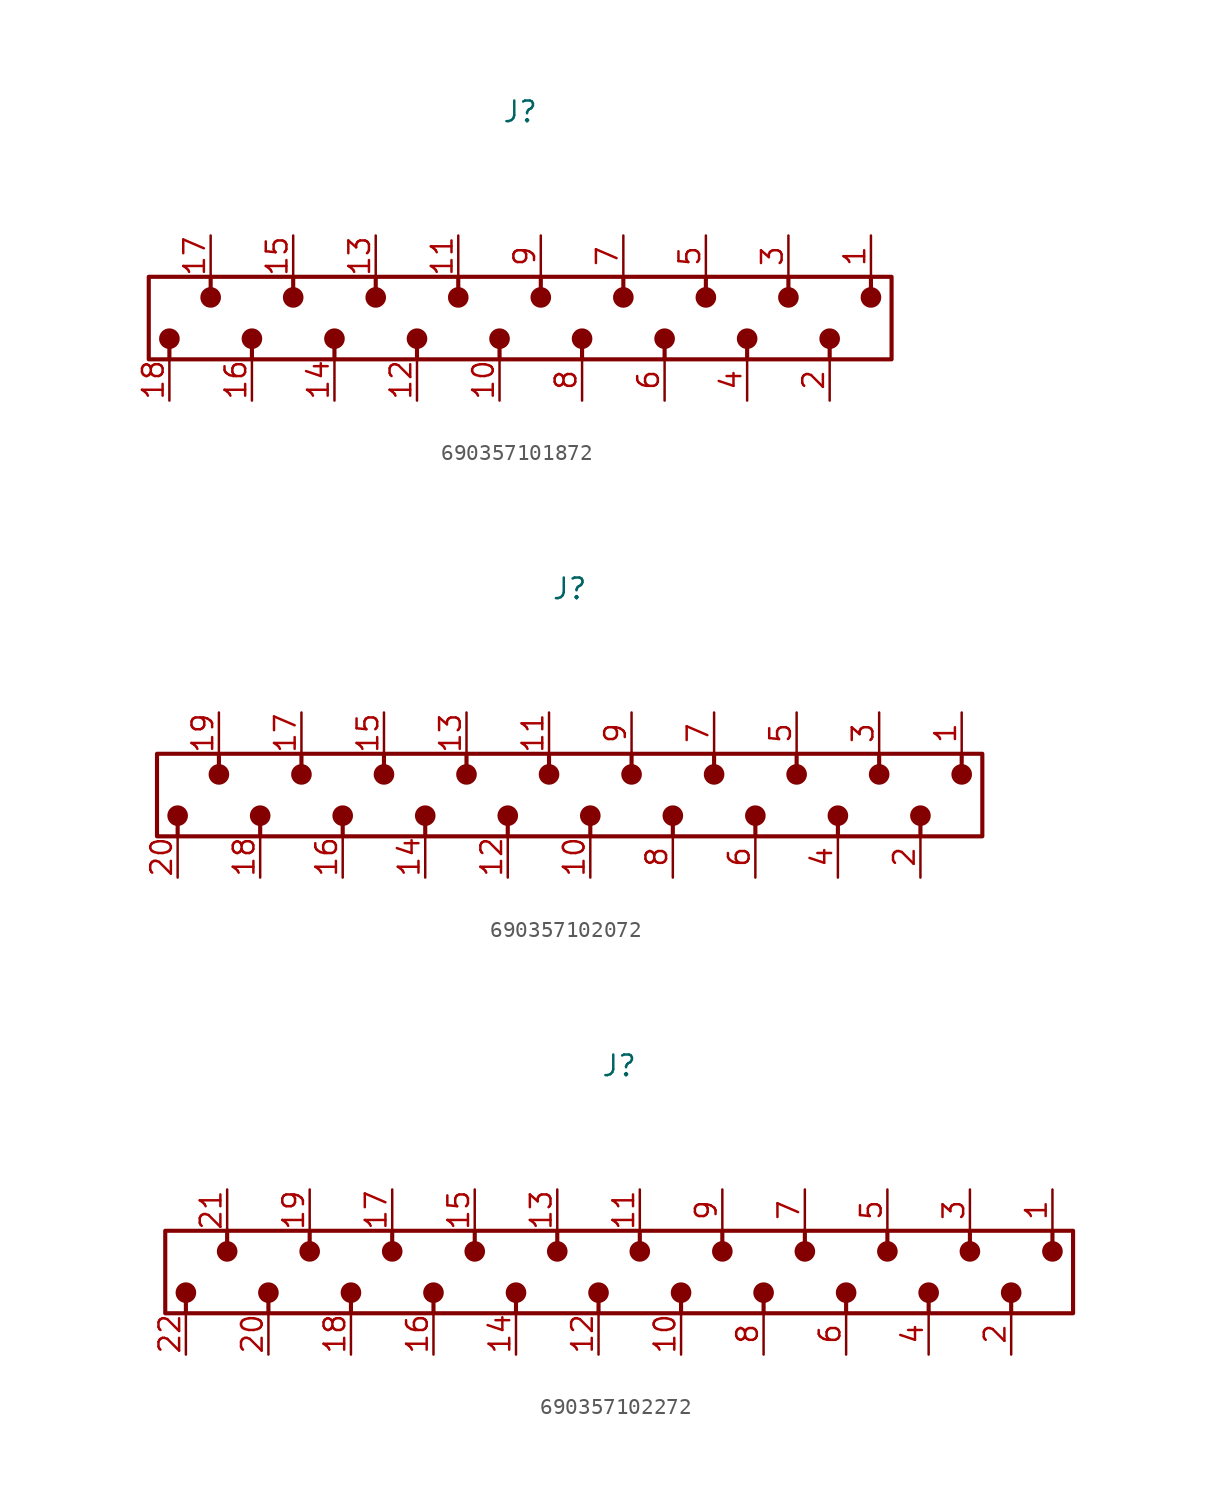
<source format=kicad_sym>
(kicad_symbol_lib
  (version 20241209)
  (generator "kicad_symbol_editor")
  (generator_version "9.0")
  (symbol "690357101872"
    (pin_names
      (hide yes))
    (property "Reference" "J"
      (at 0 12.7 0)
      (effects (font (size 1.27 1.27))))
    (symbol "690357101872_1_1"
      (rectangle (start -22.86 2.54) (end 22.86 -2.54) (stroke (width 0.254) (type solid)) (fill (type none)))
      (circle (center -21.59 -1.27) (radius 0.508) (stroke (width 0.254) (type solid)) (fill (type outline)))
      (polyline (pts (xy -21.59 -1.778) (xy -21.59 -2.54)) (stroke (width 0.254) (type solid)) (fill (type none)))
      (polyline (pts (xy -19.05 1.778) (xy -19.05 2.54)) (stroke (width 0.254) (type solid)) (fill (type none)))
      (circle (center -19.05 1.27) (radius 0.508) (stroke (width 0.254) (type solid)) (fill (type outline)))
      (circle (center -16.51 -1.27) (radius 0.508) (stroke (width 0.254) (type solid)) (fill (type outline)))
      (polyline (pts (xy -16.51 -1.778) (xy -16.51 -2.54)) (stroke (width 0.254) (type solid)) (fill (type none)))
      (polyline (pts (xy -13.97 1.778) (xy -13.97 2.54)) (stroke (width 0.254) (type solid)) (fill (type none)))
      (circle (center -13.97 1.27) (radius 0.508) (stroke (width 0.254) (type solid)) (fill (type outline)))
      (circle (center -11.43 -1.27) (radius 0.508) (stroke (width 0.254) (type solid)) (fill (type outline)))
      (polyline (pts (xy -11.43 -1.778) (xy -11.43 -2.54)) (stroke (width 0.254) (type solid)) (fill (type none)))
      (polyline (pts (xy -8.89 1.778) (xy -8.89 2.54)) (stroke (width 0.254) (type solid)) (fill (type none)))
      (circle (center -8.89 1.27) (radius 0.508) (stroke (width 0.254) (type solid)) (fill (type outline)))
      (circle (center -6.35 -1.27) (radius 0.508) (stroke (width 0.254) (type solid)) (fill (type outline)))
      (polyline (pts (xy -6.35 -1.778) (xy -6.35 -2.54)) (stroke (width 0.254) (type solid)) (fill (type none)))
      (polyline (pts (xy -3.81 1.778) (xy -3.81 2.54)) (stroke (width 0.254) (type solid)) (fill (type none)))
      (circle (center -3.81 1.27) (radius 0.508) (stroke (width 0.254) (type solid)) (fill (type outline)))
      (circle (center -1.27 -1.27) (radius 0.508) (stroke (width 0.254) (type solid)) (fill (type outline)))
      (polyline (pts (xy -1.27 -1.778) (xy -1.27 -2.54)) (stroke (width 0.254) (type solid)) (fill (type none)))
      (polyline (pts (xy 1.27 1.778) (xy 1.27 2.54)) (stroke (width 0.254) (type solid)) (fill (type none)))
      (circle (center 1.27 1.27) (radius 0.508) (stroke (width 0.254) (type solid)) (fill (type outline)))
      (circle (center 3.81 -1.27) (radius 0.508) (stroke (width 0.254) (type solid)) (fill (type outline)))
      (polyline (pts (xy 3.81 -1.778) (xy 3.81 -2.54)) (stroke (width 0.254) (type solid)) (fill (type none)))
      (polyline (pts (xy 6.35 1.778) (xy 6.35 2.54)) (stroke (width 0.254) (type solid)) (fill (type none)))
      (circle (center 6.35 1.27) (radius 0.508) (stroke (width 0.254) (type solid)) (fill (type outline)))
      (circle (center 8.89 -1.27) (radius 0.508) (stroke (width 0.254) (type solid)) (fill (type outline)))
      (polyline (pts (xy 8.89 -1.778) (xy 8.89 -2.54)) (stroke (width 0.254) (type solid)) (fill (type none)))
      (polyline (pts (xy 11.43 1.778) (xy 11.43 2.54)) (stroke (width 0.254) (type solid)) (fill (type none)))
      (circle (center 11.43 1.27) (radius 0.508) (stroke (width 0.254) (type solid)) (fill (type outline)))
      (circle (center 13.97 -1.27) (radius 0.508) (stroke (width 0.254) (type solid)) (fill (type outline)))
      (polyline (pts (xy 13.97 -1.778) (xy 13.97 -2.54)) (stroke (width 0.254) (type solid)) (fill (type none)))
      (polyline (pts (xy 16.51 1.778) (xy 16.51 2.54)) (stroke (width 0.254) (type solid)) (fill (type none)))
      (circle (center 16.51 1.27) (radius 0.508) (stroke (width 0.254) (type solid)) (fill (type outline)))
      (circle (center 19.05 -1.27) (radius 0.508) (stroke (width 0.254) (type solid)) (fill (type outline)))
      (polyline (pts (xy 19.05 -1.778) (xy 19.05 -2.54)) (stroke (width 0.254) (type solid)) (fill (type none)))
      (polyline (pts (xy 21.59 1.778) (xy 21.59 2.54)) (stroke (width 0.254) (type solid)) (fill (type none)))
      (circle (center 21.59 1.27) (radius 0.508) (stroke (width 0.254) (type solid)) (fill (type outline)))
      (pin passive line (at -21.59 -5.08 90) (length 2.54) (name "18" (effects (font (size 1.27 1.27)))) (number "18" (effects (font (size 1.27 1.27)))))
      (pin passive line (at -19.05 5.08 270) (length 2.54) (name "17" (effects (font (size 1.27 1.27)))) (number "17" (effects (font (size 1.27 1.27)))))
      (pin passive line (at -16.51 -5.08 90) (length 2.54) (name "16" (effects (font (size 1.27 1.27)))) (number "16" (effects (font (size 1.27 1.27)))))
      (pin passive line (at -13.97 5.08 270) (length 2.54) (name "15" (effects (font (size 1.27 1.27)))) (number "15" (effects (font (size 1.27 1.27)))))
      (pin passive line (at -11.43 -5.08 90) (length 2.54) (name "14" (effects (font (size 1.27 1.27)))) (number "14" (effects (font (size 1.27 1.27)))))
      (pin passive line (at -8.89 5.08 270) (length 2.54) (name "13" (effects (font (size 1.27 1.27)))) (number "13" (effects (font (size 1.27 1.27)))))
      (pin passive line (at -6.35 -5.08 90) (length 2.54) (name "12" (effects (font (size 1.27 1.27)))) (number "12" (effects (font (size 1.27 1.27)))))
      (pin passive line (at -3.81 5.08 270) (length 2.54) (name "11" (effects (font (size 1.27 1.27)))) (number "11" (effects (font (size 1.27 1.27)))))
      (pin passive line (at -1.27 -5.08 90) (length 2.54) (name "10" (effects (font (size 1.27 1.27)))) (number "10" (effects (font (size 1.27 1.27)))))
      (pin passive line (at 1.27 5.08 270) (length 2.54) (name "9" (effects (font (size 1.27 1.27)))) (number "9" (effects (font (size 1.27 1.27)))))
      (pin passive line (at 3.81 -5.08 90) (length 2.54) (name "8" (effects (font (size 1.27 1.27)))) (number "8" (effects (font (size 1.27 1.27)))))
      (pin passive line (at 6.35 5.08 270) (length 2.54) (name "7" (effects (font (size 1.27 1.27)))) (number "7" (effects (font (size 1.27 1.27)))))
      (pin passive line (at 8.89 -5.08 90) (length 2.54) (name "6" (effects (font (size 1.27 1.27)))) (number "6" (effects (font (size 1.27 1.27)))))
      (pin passive line (at 11.43 5.08 270) (length 2.54) (name "5" (effects (font (size 1.27 1.27)))) (number "5" (effects (font (size 1.27 1.27)))))
      (pin passive line (at 13.97 -5.08 90) (length 2.54) (name "4" (effects (font (size 1.27 1.27)))) (number "4" (effects (font (size 1.27 1.27)))))
      (pin passive line (at 16.51 5.08 270) (length 2.54) (name "3" (effects (font (size 1.27 1.27)))) (number "3" (effects (font (size 1.27 1.27)))))
      (pin passive line (at 19.05 -5.08 90) (length 2.54) (name "2" (effects (font (size 1.27 1.27)))) (number "2" (effects (font (size 1.27 1.27)))))
      (pin passive line (at 21.59 5.08 270) (length 2.54) (name "1" (effects (font (size 1.27 1.27)))) (number "1" (effects (font (size 1.27 1.27)))))))
  (symbol "690357102072"
    (pin_names
      (hide yes))
    (property "Reference" "J"
      (at 0 12.7 0)
      (effects (font (size 1.27 1.27))))
    (symbol "690357102072_1_1"
      (rectangle (start -25.4 2.54) (end 25.4 -2.54) (stroke (width 0.254) (type solid)) (fill (type none)))
      (circle (center -24.13 -1.27) (radius 0.508) (stroke (width 0.254) (type solid)) (fill (type outline)))
      (polyline (pts (xy -24.13 -1.778) (xy -24.13 -2.54)) (stroke (width 0.254) (type solid)) (fill (type none)))
      (polyline (pts (xy -21.59 1.778) (xy -21.59 2.54)) (stroke (width 0.254) (type solid)) (fill (type none)))
      (circle (center -21.59 1.27) (radius 0.508) (stroke (width 0.254) (type solid)) (fill (type outline)))
      (circle (center -19.05 -1.27) (radius 0.508) (stroke (width 0.254) (type solid)) (fill (type outline)))
      (polyline (pts (xy -19.05 -1.778) (xy -19.05 -2.54)) (stroke (width 0.254) (type solid)) (fill (type none)))
      (polyline (pts (xy -16.51 1.778) (xy -16.51 2.54)) (stroke (width 0.254) (type solid)) (fill (type none)))
      (circle (center -16.51 1.27) (radius 0.508) (stroke (width 0.254) (type solid)) (fill (type outline)))
      (circle (center -13.97 -1.27) (radius 0.508) (stroke (width 0.254) (type solid)) (fill (type outline)))
      (polyline (pts (xy -13.97 -1.778) (xy -13.97 -2.54)) (stroke (width 0.254) (type solid)) (fill (type none)))
      (polyline (pts (xy -11.43 1.778) (xy -11.43 2.54)) (stroke (width 0.254) (type solid)) (fill (type none)))
      (circle (center -11.43 1.27) (radius 0.508) (stroke (width 0.254) (type solid)) (fill (type outline)))
      (circle (center -8.89 -1.27) (radius 0.508) (stroke (width 0.254) (type solid)) (fill (type outline)))
      (polyline (pts (xy -8.89 -1.778) (xy -8.89 -2.54)) (stroke (width 0.254) (type solid)) (fill (type none)))
      (polyline (pts (xy -6.35 1.778) (xy -6.35 2.54)) (stroke (width 0.254) (type solid)) (fill (type none)))
      (circle (center -6.35 1.27) (radius 0.508) (stroke (width 0.254) (type solid)) (fill (type outline)))
      (circle (center -3.81 -1.27) (radius 0.508) (stroke (width 0.254) (type solid)) (fill (type outline)))
      (polyline (pts (xy -3.81 -1.778) (xy -3.81 -2.54)) (stroke (width 0.254) (type solid)) (fill (type none)))
      (polyline (pts (xy -1.27 1.778) (xy -1.27 2.54)) (stroke (width 0.254) (type solid)) (fill (type none)))
      (circle (center -1.27 1.27) (radius 0.508) (stroke (width 0.254) (type solid)) (fill (type outline)))
      (circle (center 1.27 -1.27) (radius 0.508) (stroke (width 0.254) (type solid)) (fill (type outline)))
      (polyline (pts (xy 1.27 -1.778) (xy 1.27 -2.54)) (stroke (width 0.254) (type solid)) (fill (type none)))
      (polyline (pts (xy 3.81 1.778) (xy 3.81 2.54)) (stroke (width 0.254) (type solid)) (fill (type none)))
      (circle (center 3.81 1.27) (radius 0.508) (stroke (width 0.254) (type solid)) (fill (type outline)))
      (circle (center 6.35 -1.27) (radius 0.508) (stroke (width 0.254) (type solid)) (fill (type outline)))
      (polyline (pts (xy 6.35 -1.778) (xy 6.35 -2.54)) (stroke (width 0.254) (type solid)) (fill (type none)))
      (polyline (pts (xy 8.89 1.778) (xy 8.89 2.54)) (stroke (width 0.254) (type solid)) (fill (type none)))
      (circle (center 8.89 1.27) (radius 0.508) (stroke (width 0.254) (type solid)) (fill (type outline)))
      (circle (center 11.43 -1.27) (radius 0.508) (stroke (width 0.254) (type solid)) (fill (type outline)))
      (polyline (pts (xy 11.43 -1.778) (xy 11.43 -2.54)) (stroke (width 0.254) (type solid)) (fill (type none)))
      (polyline (pts (xy 13.97 1.778) (xy 13.97 2.54)) (stroke (width 0.254) (type solid)) (fill (type none)))
      (circle (center 13.97 1.27) (radius 0.508) (stroke (width 0.254) (type solid)) (fill (type outline)))
      (circle (center 16.51 -1.27) (radius 0.508) (stroke (width 0.254) (type solid)) (fill (type outline)))
      (polyline (pts (xy 16.51 -1.778) (xy 16.51 -2.54)) (stroke (width 0.254) (type solid)) (fill (type none)))
      (polyline (pts (xy 19.05 1.778) (xy 19.05 2.54)) (stroke (width 0.254) (type solid)) (fill (type none)))
      (circle (center 19.05 1.27) (radius 0.508) (stroke (width 0.254) (type solid)) (fill (type outline)))
      (circle (center 21.59 -1.27) (radius 0.508) (stroke (width 0.254) (type solid)) (fill (type outline)))
      (polyline (pts (xy 21.59 -1.778) (xy 21.59 -2.54)) (stroke (width 0.254) (type solid)) (fill (type none)))
      (polyline (pts (xy 24.13 1.778) (xy 24.13 2.54)) (stroke (width 0.254) (type solid)) (fill (type none)))
      (circle (center 24.13 1.27) (radius 0.508) (stroke (width 0.254) (type solid)) (fill (type outline)))
      (pin passive line (at -24.13 -5.08 90) (length 2.54) (name "20" (effects (font (size 1.27 1.27)))) (number "20" (effects (font (size 1.27 1.27)))))
      (pin passive line (at -21.59 5.08 270) (length 2.54) (name "19" (effects (font (size 1.27 1.27)))) (number "19" (effects (font (size 1.27 1.27)))))
      (pin passive line (at -19.05 -5.08 90) (length 2.54) (name "18" (effects (font (size 1.27 1.27)))) (number "18" (effects (font (size 1.27 1.27)))))
      (pin passive line (at -16.51 5.08 270) (length 2.54) (name "17" (effects (font (size 1.27 1.27)))) (number "17" (effects (font (size 1.27 1.27)))))
      (pin passive line (at -13.97 -5.08 90) (length 2.54) (name "16" (effects (font (size 1.27 1.27)))) (number "16" (effects (font (size 1.27 1.27)))))
      (pin passive line (at -11.43 5.08 270) (length 2.54) (name "15" (effects (font (size 1.27 1.27)))) (number "15" (effects (font (size 1.27 1.27)))))
      (pin passive line (at -8.89 -5.08 90) (length 2.54) (name "14" (effects (font (size 1.27 1.27)))) (number "14" (effects (font (size 1.27 1.27)))))
      (pin passive line (at -6.35 5.08 270) (length 2.54) (name "13" (effects (font (size 1.27 1.27)))) (number "13" (effects (font (size 1.27 1.27)))))
      (pin passive line (at -3.81 -5.08 90) (length 2.54) (name "12" (effects (font (size 1.27 1.27)))) (number "12" (effects (font (size 1.27 1.27)))))
      (pin passive line (at -1.27 5.08 270) (length 2.54) (name "11" (effects (font (size 1.27 1.27)))) (number "11" (effects (font (size 1.27 1.27)))))
      (pin passive line (at 1.27 -5.08 90) (length 2.54) (name "10" (effects (font (size 1.27 1.27)))) (number "10" (effects (font (size 1.27 1.27)))))
      (pin passive line (at 3.81 5.08 270) (length 2.54) (name "9" (effects (font (size 1.27 1.27)))) (number "9" (effects (font (size 1.27 1.27)))))
      (pin passive line (at 6.35 -5.08 90) (length 2.54) (name "8" (effects (font (size 1.27 1.27)))) (number "8" (effects (font (size 1.27 1.27)))))
      (pin passive line (at 8.89 5.08 270) (length 2.54) (name "7" (effects (font (size 1.27 1.27)))) (number "7" (effects (font (size 1.27 1.27)))))
      (pin passive line (at 11.43 -5.08 90) (length 2.54) (name "6" (effects (font (size 1.27 1.27)))) (number "6" (effects (font (size 1.27 1.27)))))
      (pin passive line (at 13.97 5.08 270) (length 2.54) (name "5" (effects (font (size 1.27 1.27)))) (number "5" (effects (font (size 1.27 1.27)))))
      (pin passive line (at 16.51 -5.08 90) (length 2.54) (name "4" (effects (font (size 1.27 1.27)))) (number "4" (effects (font (size 1.27 1.27)))))
      (pin passive line (at 19.05 5.08 270) (length 2.54) (name "3" (effects (font (size 1.27 1.27)))) (number "3" (effects (font (size 1.27 1.27)))))
      (pin passive line (at 21.59 -5.08 90) (length 2.54) (name "2" (effects (font (size 1.27 1.27)))) (number "2" (effects (font (size 1.27 1.27)))))
      (pin passive line (at 24.13 5.08 270) (length 2.54) (name "1" (effects (font (size 1.27 1.27)))) (number "1" (effects (font (size 1.27 1.27)))))))
  (symbol "690357102272"
    (pin_names
      (hide yes))
    (property "Reference" "J"
      (at 0 12.7 0)
      (effects (font (size 1.27 1.27))))
    (symbol "690357102272_1_1"
      (rectangle (start -27.94 2.54) (end 27.94 -2.54) (stroke (width 0.254) (type solid)) (fill (type none)))
      (circle (center -26.67 -1.27) (radius 0.508) (stroke (width 0.254) (type solid)) (fill (type outline)))
      (polyline (pts (xy -26.67 -1.778) (xy -26.67 -2.54)) (stroke (width 0.254) (type solid)) (fill (type none)))
      (polyline (pts (xy -24.13 1.778) (xy -24.13 2.54)) (stroke (width 0.254) (type solid)) (fill (type none)))
      (circle (center -24.13 1.27) (radius 0.508) (stroke (width 0.254) (type solid)) (fill (type outline)))
      (circle (center -21.59 -1.27) (radius 0.508) (stroke (width 0.254) (type solid)) (fill (type outline)))
      (polyline (pts (xy -21.59 -1.778) (xy -21.59 -2.54)) (stroke (width 0.254) (type solid)) (fill (type none)))
      (polyline (pts (xy -19.05 1.778) (xy -19.05 2.54)) (stroke (width 0.254) (type solid)) (fill (type none)))
      (circle (center -19.05 1.27) (radius 0.508) (stroke (width 0.254) (type solid)) (fill (type outline)))
      (circle (center -16.51 -1.27) (radius 0.508) (stroke (width 0.254) (type solid)) (fill (type outline)))
      (polyline (pts (xy -16.51 -1.778) (xy -16.51 -2.54)) (stroke (width 0.254) (type solid)) (fill (type none)))
      (polyline (pts (xy -13.97 1.778) (xy -13.97 2.54)) (stroke (width 0.254) (type solid)) (fill (type none)))
      (circle (center -13.97 1.27) (radius 0.508) (stroke (width 0.254) (type solid)) (fill (type outline)))
      (circle (center -11.43 -1.27) (radius 0.508) (stroke (width 0.254) (type solid)) (fill (type outline)))
      (polyline (pts (xy -11.43 -1.778) (xy -11.43 -2.54)) (stroke (width 0.254) (type solid)) (fill (type none)))
      (polyline (pts (xy -8.89 1.778) (xy -8.89 2.54)) (stroke (width 0.254) (type solid)) (fill (type none)))
      (circle (center -8.89 1.27) (radius 0.508) (stroke (width 0.254) (type solid)) (fill (type outline)))
      (circle (center -6.35 -1.27) (radius 0.508) (stroke (width 0.254) (type solid)) (fill (type outline)))
      (polyline (pts (xy -6.35 -1.778) (xy -6.35 -2.54)) (stroke (width 0.254) (type solid)) (fill (type none)))
      (polyline (pts (xy -3.81 1.778) (xy -3.81 2.54)) (stroke (width 0.254) (type solid)) (fill (type none)))
      (circle (center -3.81 1.27) (radius 0.508) (stroke (width 0.254) (type solid)) (fill (type outline)))
      (circle (center -1.27 -1.27) (radius 0.508) (stroke (width 0.254) (type solid)) (fill (type outline)))
      (polyline (pts (xy -1.27 -1.778) (xy -1.27 -2.54)) (stroke (width 0.254) (type solid)) (fill (type none)))
      (polyline (pts (xy 1.27 1.778) (xy 1.27 2.54)) (stroke (width 0.254) (type solid)) (fill (type none)))
      (circle (center 1.27 1.27) (radius 0.508) (stroke (width 0.254) (type solid)) (fill (type outline)))
      (circle (center 3.81 -1.27) (radius 0.508) (stroke (width 0.254) (type solid)) (fill (type outline)))
      (polyline (pts (xy 3.81 -1.778) (xy 3.81 -2.54)) (stroke (width 0.254) (type solid)) (fill (type none)))
      (polyline (pts (xy 6.35 1.778) (xy 6.35 2.54)) (stroke (width 0.254) (type solid)) (fill (type none)))
      (circle (center 6.35 1.27) (radius 0.508) (stroke (width 0.254) (type solid)) (fill (type outline)))
      (circle (center 8.89 -1.27) (radius 0.508) (stroke (width 0.254) (type solid)) (fill (type outline)))
      (polyline (pts (xy 8.89 -1.778) (xy 8.89 -2.54)) (stroke (width 0.254) (type solid)) (fill (type none)))
      (polyline (pts (xy 11.43 1.778) (xy 11.43 2.54)) (stroke (width 0.254) (type solid)) (fill (type none)))
      (circle (center 11.43 1.27) (radius 0.508) (stroke (width 0.254) (type solid)) (fill (type outline)))
      (circle (center 13.97 -1.27) (radius 0.508) (stroke (width 0.254) (type solid)) (fill (type outline)))
      (polyline (pts (xy 13.97 -1.778) (xy 13.97 -2.54)) (stroke (width 0.254) (type solid)) (fill (type none)))
      (polyline (pts (xy 16.51 1.778) (xy 16.51 2.54)) (stroke (width 0.254) (type solid)) (fill (type none)))
      (circle (center 16.51 1.27) (radius 0.508) (stroke (width 0.254) (type solid)) (fill (type outline)))
      (circle (center 19.05 -1.27) (radius 0.508) (stroke (width 0.254) (type solid)) (fill (type outline)))
      (polyline (pts (xy 19.05 -1.778) (xy 19.05 -2.54)) (stroke (width 0.254) (type solid)) (fill (type none)))
      (polyline (pts (xy 21.59 1.778) (xy 21.59 2.54)) (stroke (width 0.254) (type solid)) (fill (type none)))
      (circle (center 21.59 1.27) (radius 0.508) (stroke (width 0.254) (type solid)) (fill (type outline)))
      (circle (center 24.13 -1.27) (radius 0.508) (stroke (width 0.254) (type solid)) (fill (type outline)))
      (polyline (pts (xy 24.13 -1.778) (xy 24.13 -2.54)) (stroke (width 0.254) (type solid)) (fill (type none)))
      (polyline (pts (xy 26.67 1.778) (xy 26.67 2.54)) (stroke (width 0.254) (type solid)) (fill (type none)))
      (circle (center 26.67 1.27) (radius 0.508) (stroke (width 0.254) (type solid)) (fill (type outline)))
      (pin passive line (at -26.67 -5.08 90) (length 2.54) (name "22" (effects (font (size 1.27 1.27)))) (number "22" (effects (font (size 1.27 1.27)))))
      (pin passive line (at -24.13 5.08 270) (length 2.54) (name "21" (effects (font (size 1.27 1.27)))) (number "21" (effects (font (size 1.27 1.27)))))
      (pin passive line (at -21.59 -5.08 90) (length 2.54) (name "20" (effects (font (size 1.27 1.27)))) (number "20" (effects (font (size 1.27 1.27)))))
      (pin passive line (at -19.05 5.08 270) (length 2.54) (name "19" (effects (font (size 1.27 1.27)))) (number "19" (effects (font (size 1.27 1.27)))))
      (pin passive line (at -16.51 -5.08 90) (length 2.54) (name "18" (effects (font (size 1.27 1.27)))) (number "18" (effects (font (size 1.27 1.27)))))
      (pin passive line (at -13.97 5.08 270) (length 2.54) (name "17" (effects (font (size 1.27 1.27)))) (number "17" (effects (font (size 1.27 1.27)))))
      (pin passive line (at -11.43 -5.08 90) (length 2.54) (name "16" (effects (font (size 1.27 1.27)))) (number "16" (effects (font (size 1.27 1.27)))))
      (pin passive line (at -8.89 5.08 270) (length 2.54) (name "15" (effects (font (size 1.27 1.27)))) (number "15" (effects (font (size 1.27 1.27)))))
      (pin passive line (at -6.35 -5.08 90) (length 2.54) (name "14" (effects (font (size 1.27 1.27)))) (number "14" (effects (font (size 1.27 1.27)))))
      (pin passive line (at -3.81 5.08 270) (length 2.54) (name "13" (effects (font (size 1.27 1.27)))) (number "13" (effects (font (size 1.27 1.27)))))
      (pin passive line (at -1.27 -5.08 90) (length 2.54) (name "12" (effects (font (size 1.27 1.27)))) (number "12" (effects (font (size 1.27 1.27)))))
      (pin passive line (at 1.27 5.08 270) (length 2.54) (name "11" (effects (font (size 1.27 1.27)))) (number "11" (effects (font (size 1.27 1.27)))))
      (pin passive line (at 3.81 -5.08 90) (length 2.54) (name "10" (effects (font (size 1.27 1.27)))) (number "10" (effects (font (size 1.27 1.27)))))
      (pin passive line (at 6.35 5.08 270) (length 2.54) (name "9" (effects (font (size 1.27 1.27)))) (number "9" (effects (font (size 1.27 1.27)))))
      (pin passive line (at 8.89 -5.08 90) (length 2.54) (name "8" (effects (font (size 1.27 1.27)))) (number "8" (effects (font (size 1.27 1.27)))))
      (pin passive line (at 11.43 5.08 270) (length 2.54) (name "7" (effects (font (size 1.27 1.27)))) (number "7" (effects (font (size 1.27 1.27)))))
      (pin passive line (at 13.97 -5.08 90) (length 2.54) (name "6" (effects (font (size 1.27 1.27)))) (number "6" (effects (font (size 1.27 1.27)))))
      (pin passive line (at 16.51 5.08 270) (length 2.54) (name "5" (effects (font (size 1.27 1.27)))) (number "5" (effects (font (size 1.27 1.27)))))
      (pin passive line (at 19.05 -5.08 90) (length 2.54) (name "4" (effects (font (size 1.27 1.27)))) (number "4" (effects (font (size 1.27 1.27)))))
      (pin passive line (at 21.59 5.08 270) (length 2.54) (name "3" (effects (font (size 1.27 1.27)))) (number "3" (effects (font (size 1.27 1.27)))))
      (pin passive line (at 24.13 -5.08 90) (length 2.54) (name "2" (effects (font (size 1.27 1.27)))) (number "2" (effects (font (size 1.27 1.27)))))
      (pin passive line (at 26.67 5.08 270) (length 2.54) (name "1" (effects (font (size 1.27 1.27)))) (number "1" (effects (font (size 1.27 1.27))))))))
</source>
